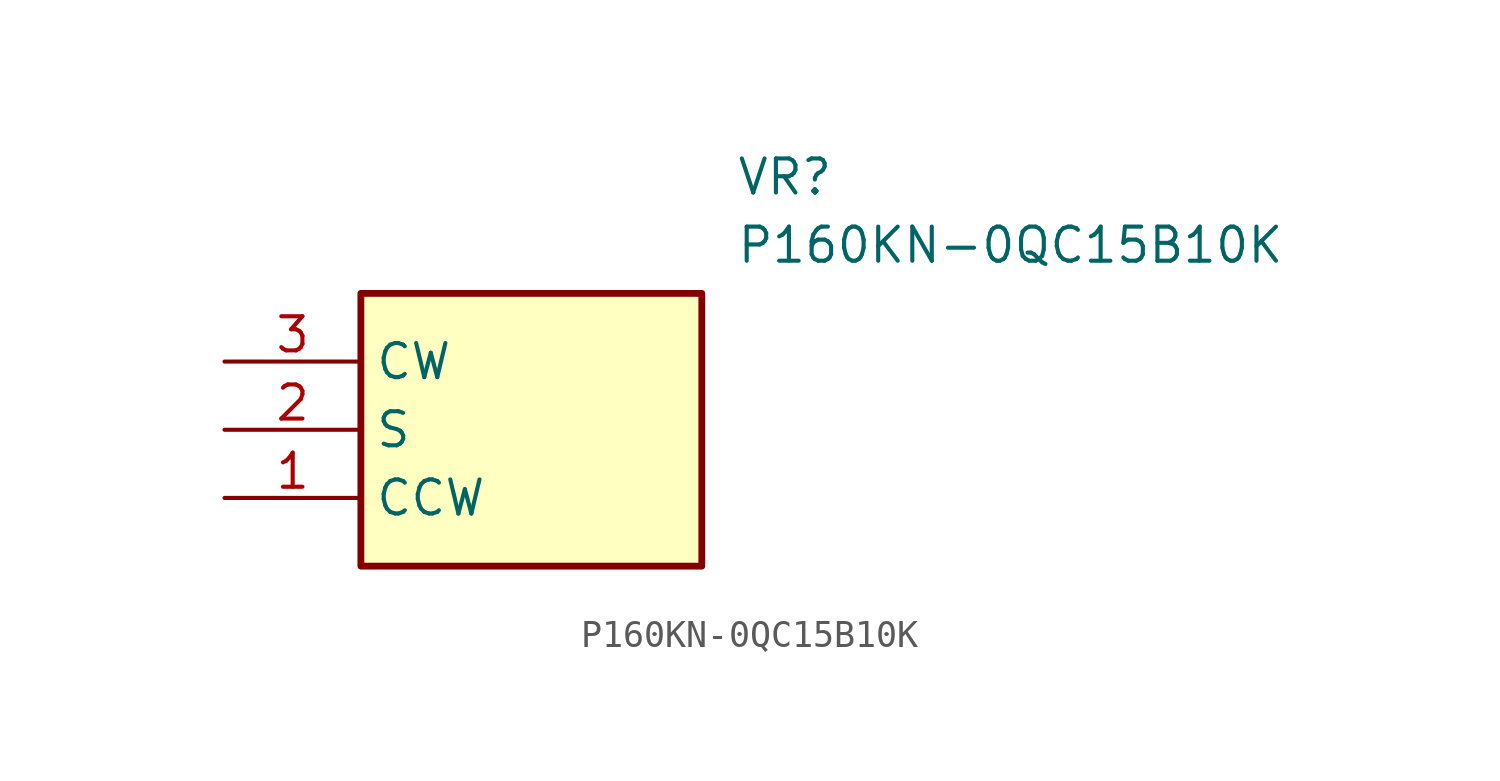
<source format=kicad_sym>
(kicad_symbol_lib
  (version 20211014)
  (generator SamacSys_ECAD_Model)
  (symbol "P160KN-0QC15B10K"
    (property "Reference" "VR"
      (at 19.05 7.62 0)
      (effects (font (size 1.27 1.27)) (justify left top)))
    (property "Value" "P160KN-0QC15B10K"
      (at 19.05 5.08 0)
      (effects (font (size 1.27 1.27)) (justify left top)))
    (rectangle
      (start 5.08 2.54)
      (end 17.78 -7.62)
      (stroke (width 0.254) (type default))
      (fill (type background)))
    (pin passive line
      (at 0 -5.08 0)
      (length 5.08)
      (name "CCW" (effects (font (size 1.27 1.27))))
      (number "1" (effects (font (size 1.27 1.27)))))
    (pin passive line
      (at 0 -2.54 0)
      (length 5.08)
      (name "S" (effects (font (size 1.27 1.27))))
      (number "2" (effects (font (size 1.27 1.27)))))
    (pin passive line
      (at 0 0 0)
      (length 5.08)
      (name "CW" (effects (font (size 1.27 1.27))))
      (number "3" (effects (font (size 1.27 1.27)))))))
</source>
